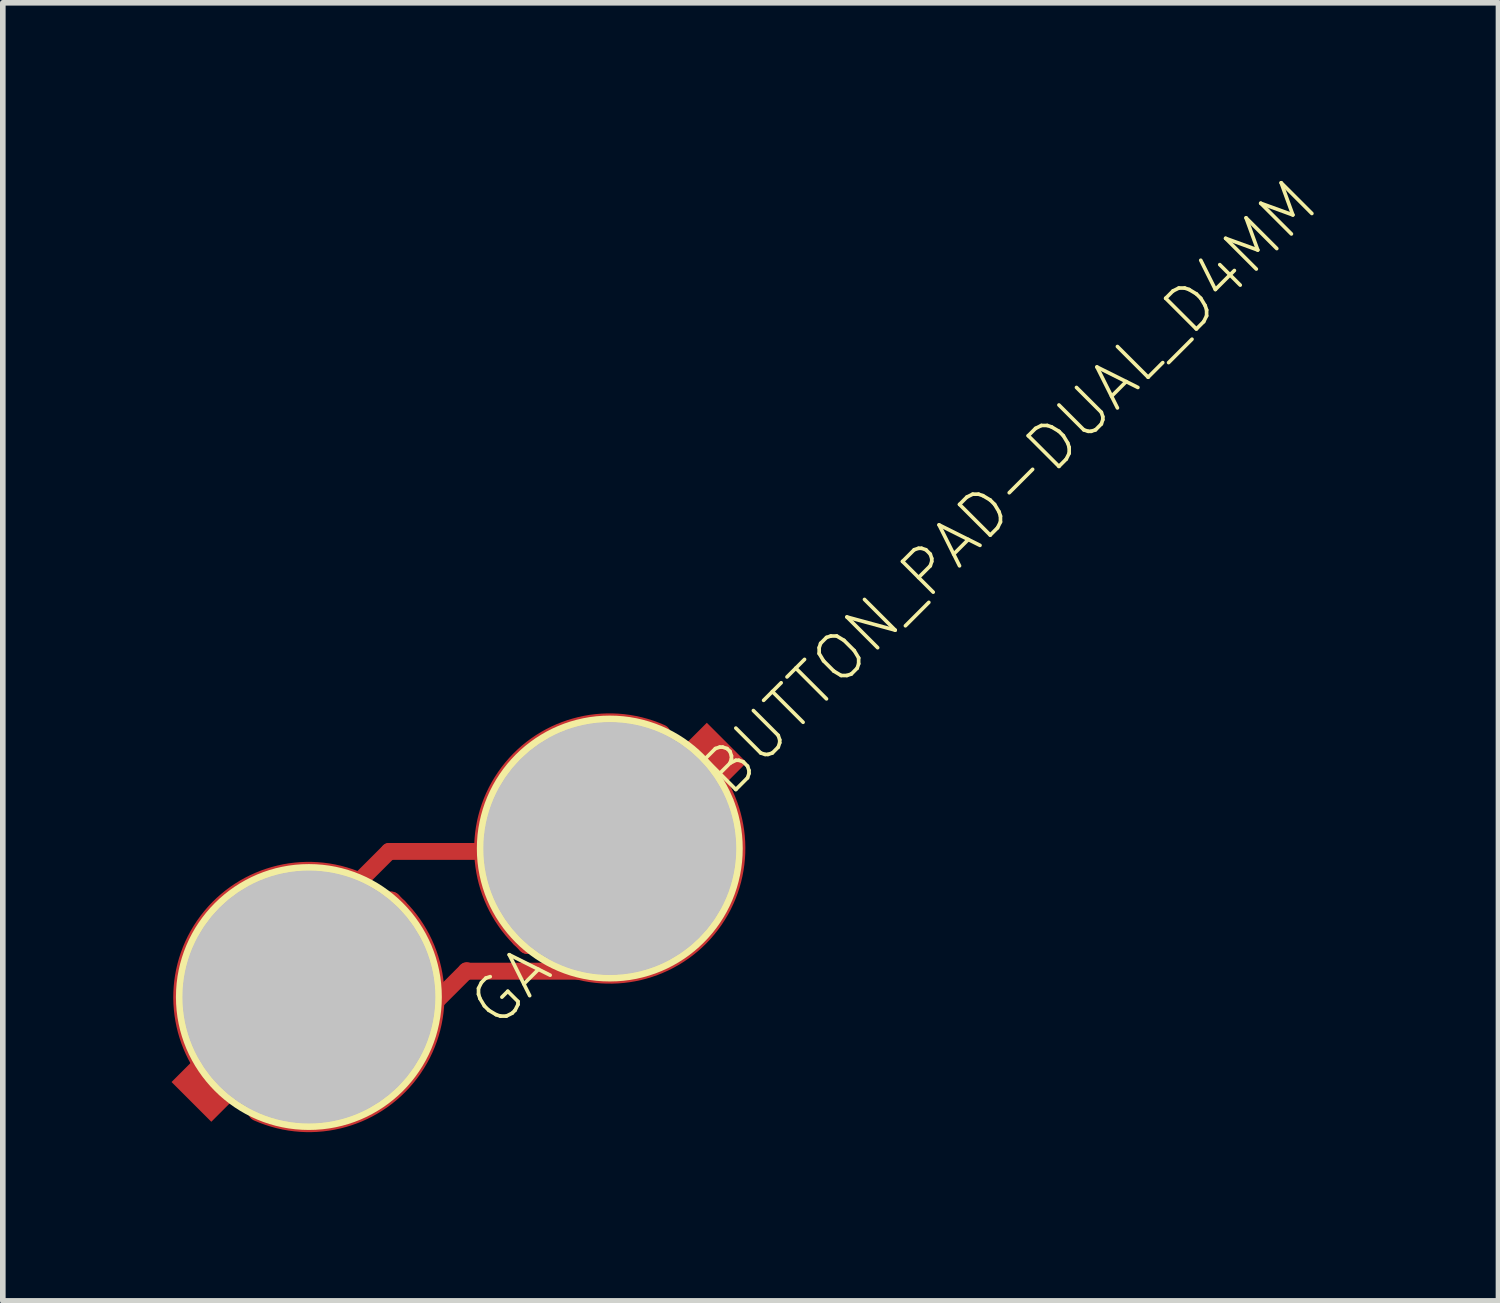
<source format=kicad_pcb>
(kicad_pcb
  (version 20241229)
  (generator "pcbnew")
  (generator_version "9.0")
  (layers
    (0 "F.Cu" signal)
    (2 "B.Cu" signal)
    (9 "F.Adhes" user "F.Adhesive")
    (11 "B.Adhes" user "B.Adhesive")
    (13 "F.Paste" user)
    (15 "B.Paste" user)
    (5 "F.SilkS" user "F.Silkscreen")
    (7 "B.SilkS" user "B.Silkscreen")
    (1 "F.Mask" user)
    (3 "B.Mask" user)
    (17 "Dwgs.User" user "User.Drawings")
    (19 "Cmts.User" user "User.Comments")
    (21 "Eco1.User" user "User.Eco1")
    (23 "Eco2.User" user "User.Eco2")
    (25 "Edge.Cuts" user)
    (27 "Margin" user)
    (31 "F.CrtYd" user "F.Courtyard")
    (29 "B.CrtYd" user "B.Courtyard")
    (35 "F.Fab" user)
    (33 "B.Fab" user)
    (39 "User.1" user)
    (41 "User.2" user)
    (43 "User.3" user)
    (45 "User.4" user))
  (footprint "GAMEBOY_BUTTON_PAD-DUAL_D4MM"
    (layer "F.Cu")
    (at 2.577 14.698)
    (property "Reference" "GAMEBOY_BUTTON_PAD-DUAL_D4MM" (at 3.232 0.652 45) (layer "F.SilkS") (effects (font (size 0.772 0.772) (thickness 0.065)) (justify left bottom)))
    (attr through_hole)
    (fp_line (start -1.707 1.55) (end -1.594 1.663) (stroke (width 0.381) (type solid)) (layer "F.Cu"))
    (fp_line (start -1.594 1.663) (end -1.482 1.55) (stroke (width 0.381) (type solid)) (layer "F.Cu"))
    (fp_line (start -1.37 1.663) (end -1.258 1.55) (stroke (width 0.076) (type solid)) (layer "F.Cu"))
    (fp_line (start -1.314 0.147) (end -2.212 -0.751) (stroke (width 0.254) (type solid)) (layer "F.Cu"))
    (fp_line (start -1.314 0.821) (end -1.763 0.372) (stroke (width 0.254) (type solid)) (layer "F.Cu"))
    (fp_line (start -1.314 1.494) (end -2.212 0.596) (stroke (width 0.254) (type solid)) (layer "F.Cu"))
    (fp_line (start -1.314 1.494) (end -0.977 1.157) (stroke (width 0.254) (type solid)) (layer "F.Cu"))
    (fp_line (start -0.977 1.157) (end -0.528 1.606) (stroke (width 0.254) (type solid)) (layer "F.Cu"))
    (fp_line (start -0.977 1.157) (end -0.304 0.484) (stroke (width 0.254) (type solid)) (layer "F.Cu"))
    (fp_line (start -0.64 -0.526) (end -1.651 -1.537) (stroke (width 0.254) (type solid)) (layer "F.Cu"))
    (fp_line (start -0.64 0.147) (end -1.538 -0.751) (stroke (width 0.254) (type solid)) (layer "F.Cu"))
    (fp_line (start -0.64 0.147) (end -1.314 0.821) (stroke (width 0.254) (type solid)) (layer "F.Cu"))
    (fp_line (start -0.304 0.484) (end 0.37 -0.19) (stroke (width 0.254) (type solid)) (layer "F.Cu"))
    (fp_line (start -0.304 0.484) (end 0.707 1.494) (stroke (width 0.254) (type solid)) (layer "F.Cu"))
    (fp_line (start 0.033 -1.2) (end -0.865 -2.098) (stroke (width 0.254) (type solid)) (layer "F.Cu"))
    (fp_line (start 0.033 -0.526) (end -0.865 -1.424) (stroke (width 0.254) (type solid)) (layer "F.Cu"))
    (fp_line (start 0.033 -0.526) (end -0.64 0.147) (stroke (width 0.254) (type solid)) (layer "F.Cu"))
    (fp_line (start 0.37 -0.19) (end 1.043 -0.863) (stroke (width 0.254) (type solid)) (layer "F.Cu"))
    (fp_line (start 0.37 -0.19) (end 1.38 0.821) (stroke (width 0.254) (type solid)) (layer "F.Cu"))
    (fp_line (start 0.594 2.055) (end -0.304 1.157) (stroke (width 0.254) (type solid)) (layer "F.Cu"))
    (fp_line (start 0.707 -1.2) (end 0.033 -0.526) (stroke (width 0.254) (type solid)) (layer "F.Cu"))
    (fp_line (start 0.707 -1.2) (end 0.258 -1.649) (stroke (width 0.254) (type solid)) (layer "F.Cu"))
    (fp_line (start 0.75 -2.07) (end 1.29 -2.61) (stroke (width 0.3) (type solid)) (layer "F.Cu"))
    (fp_line (start 0.987 -1.593) (end 1.1 -1.705) (stroke (width 0.076) (type solid)) (layer "F.Cu"))
    (fp_line (start 1.043 -1.537) (end 0.707 -1.2) (stroke (width 0.254) (type solid)) (layer "F.Cu"))
    (fp_line (start 1.043 -1.537) (end 2.054 -0.526) (stroke (width 0.254) (type solid)) (layer "F.Cu"))
    (fp_line (start 1.043 -0.863) (end 1.493 -0.414) (stroke (width 0.254) (type solid)) (layer "F.Cu"))
    (fp_line (start 1.29 -2.61) (end 3.05 -2.61) (stroke (width 0.3) (type solid)) (layer "F.Cu"))
    (fp_line (start 1.324 -1.705) (end 1.212 -1.593) (stroke (width 0.381) (type solid)) (layer "F.Cu"))
    (fp_line (start 1.38 1.494) (end 0.37 0.484) (stroke (width 0.254) (type solid)) (layer "F.Cu"))
    (fp_line (start 1.436 -1.593) (end 1.324 -1.705) (stroke (width 0.381) (type solid)) (layer "F.Cu"))
    (fp_line (start 1.942 0.708) (end 1.043 -0.19) (stroke (width 0.254) (type solid)) (layer "F.Cu"))
    (fp_line (start 2.13 0.05) (end 2.67 -0.49) (stroke (width 0.3) (type solid)) (layer "F.Cu"))
    (fp_line (start 2.66 -0.48) (end 4.74 -0.48) (stroke (width 0.3) (type solid)) (layer "F.Cu"))
    (fp_line (start 3.643 -1.09) (end 3.756 -0.977) (stroke (width 0.381) (type solid)) (layer "F.Cu"))
    (fp_line (start 3.756 -0.977) (end 3.868 -1.09) (stroke (width 0.381) (type solid)) (layer "F.Cu"))
    (fp_line (start 3.98 -0.977) (end 4.092 -1.09) (stroke (width 0.076) (type solid)) (layer "F.Cu"))
    (fp_line (start 4.036 -2.493) (end 3.138 -3.391) (stroke (width 0.254) (type solid)) (layer "F.Cu"))
    (fp_line (start 4.036 -1.819) (end 3.587 -2.268) (stroke (width 0.254) (type solid)) (layer "F.Cu"))
    (fp_line (start 4.036 -1.146) (end 3.138 -2.044) (stroke (width 0.254) (type solid)) (layer "F.Cu"))
    (fp_line (start 4.036 -1.146) (end 4.373 -1.483) (stroke (width 0.254) (type solid)) (layer "F.Cu"))
    (fp_line (start 4.373 -1.483) (end 4.822 -1.034) (stroke (width 0.254) (type solid)) (layer "F.Cu"))
    (fp_line (start 4.373 -1.483) (end 5.046 -2.156) (stroke (width 0.254) (type solid)) (layer "F.Cu"))
    (fp_line (start 4.71 -3.166) (end 3.699 -4.177) (stroke (width 0.254) (type solid)) (layer "F.Cu"))
    (fp_line (start 4.71 -2.493) (end 3.812 -3.391) (stroke (width 0.254) (type solid)) (layer "F.Cu"))
    (fp_line (start 4.71 -2.493) (end 4.036 -1.819) (stroke (width 0.254) (type solid)) (layer "F.Cu"))
    (fp_line (start 5.046 -2.156) (end 5.72 -2.83) (stroke (width 0.254) (type solid)) (layer "F.Cu"))
    (fp_line (start 5.046 -2.156) (end 6.057 -1.146) (stroke (width 0.254) (type solid)) (layer "F.Cu"))
    (fp_line (start 5.383 -3.84) (end 4.485 -4.738) (stroke (width 0.254) (type solid)) (layer "F.Cu"))
    (fp_line (start 5.383 -3.166) (end 4.485 -4.064) (stroke (width 0.254) (type solid)) (layer "F.Cu"))
    (fp_line (start 5.383 -3.166) (end 4.71 -2.493) (stroke (width 0.254) (type solid)) (layer "F.Cu"))
    (fp_line (start 5.72 -2.83) (end 6.393 -3.503) (stroke (width 0.254) (type solid)) (layer "F.Cu"))
    (fp_line (start 5.72 -2.83) (end 6.73 -1.819) (stroke (width 0.254) (type solid)) (layer "F.Cu"))
    (fp_line (start 5.944 -0.585) (end 5.046 -1.483) (stroke (width 0.254) (type solid)) (layer "F.Cu"))
    (fp_line (start 6.057 -3.84) (end 5.383 -3.166) (stroke (width 0.254) (type solid)) (layer "F.Cu"))
    (fp_line (start 6.057 -3.84) (end 5.608 -4.289) (stroke (width 0.254) (type solid)) (layer "F.Cu"))
    (fp_line (start 6.337 -4.233) (end 6.45 -4.345) (stroke (width 0.076) (type solid)) (layer "F.Cu"))
    (fp_line (start 6.393 -4.177) (end 6.057 -3.84) (stroke (width 0.254) (type solid)) (layer "F.Cu"))
    (fp_line (start 6.393 -4.177) (end 7.404 -3.166) (stroke (width 0.254) (type solid)) (layer "F.Cu"))
    (fp_line (start 6.393 -3.503) (end 6.843 -3.054) (stroke (width 0.254) (type solid)) (layer "F.Cu"))
    (fp_line (start 6.674 -4.345) (end 6.562 -4.233) (stroke (width 0.381) (type solid)) (layer "F.Cu"))
    (fp_line (start 6.73 -1.146) (end 5.72 -2.156) (stroke (width 0.254) (type solid)) (layer "F.Cu"))
    (fp_line (start 6.786 -4.233) (end 6.674 -4.345) (stroke (width 0.381) (type solid)) (layer "F.Cu"))
    (fp_line (start 7.292 -1.932) (end 6.393 -2.83) (stroke (width 0.254) (type solid)) (layer "F.Cu"))
    (fp_arc (start -1.706707 1.550353) (mid -1.965186 -1.272316) (end 0.762862 -2.041751) (stroke (width 0.381) (type solid)) (layer "F.Cu"))
    (fp_arc (start 1.436382 -1.592737) (mid 1.694861 1.229932) (end -1.033187 1.999367) (stroke (width 0.381) (type solid)) (layer "F.Cu"))
    (fp_arc (start 3.643293 -1.089647) (mid 3.384814 -3.912316) (end 6.112862 -4.681751) (stroke (width 0.381) (type solid)) (layer "F.Cu"))
    (fp_arc (start 6.786382 -4.232737) (mid 7.044861 -1.410068) (end 4.316813 -0.640633) (stroke (width 0.381) (type solid)) (layer "F.Cu"))
    (fp_circle (center -0.135 -0.021) (end 0.643 -0.799) (stroke (width 2.2) (type solid)) (fill no) (layer "F.Mask"))
    (fp_circle (center 5.215 -2.661) (end 5.993 -3.439) (stroke (width 2.2) (type solid)) (fill no) (layer "F.Mask"))
    (fp_circle (center -0.135 -0.021) (end 1.491 -1.648) (stroke (width 0.127) (type solid)) (fill no) (layer "F.SilkS"))
    (fp_circle (center 5.215 -2.661) (end 6.841 -4.288) (stroke (width 0.127) (type solid)) (fill no) (layer "F.SilkS"))
    (fp_circle (center -0.135 -0.021) (end 0.66 -0.816) (stroke (width 2.248) (type solid)) (fill no) (layer "Dwgs.User"))
    (fp_circle (center 5.215 -2.661) (end 6.01 -3.456) (stroke (width 2.248) (type solid)) (fill no) (layer "Dwgs.User"))
    (pad "1" smd rect (at 6.94 -4.19 45) (size 1 1) (layers "F.Cu" "F.Mask"))
    (pad "2" smd rect (at -1.87 1.49 45) (size 1 1) (layers "F.Cu" "F.Mask")))
  (gr_rect
    (start -3 -3)
    (end 23.593 20.08)
    (stroke (width 0.1) (type default))
    (fill no)
    (layer "Edge.Cuts")))
</source>
